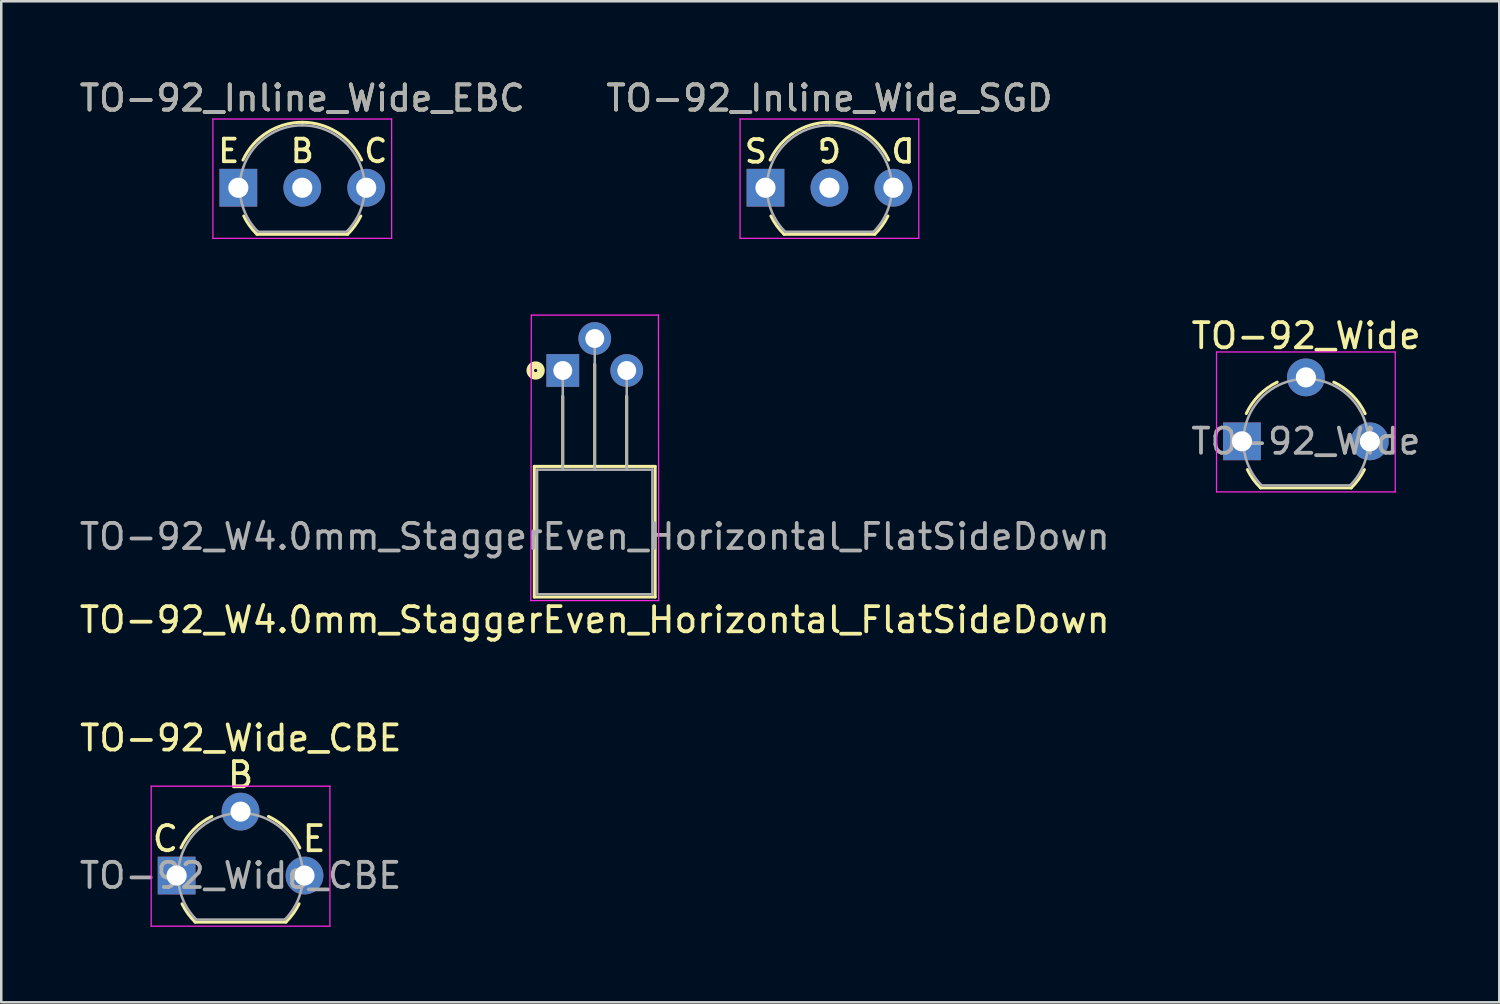
<source format=kicad_pcb>
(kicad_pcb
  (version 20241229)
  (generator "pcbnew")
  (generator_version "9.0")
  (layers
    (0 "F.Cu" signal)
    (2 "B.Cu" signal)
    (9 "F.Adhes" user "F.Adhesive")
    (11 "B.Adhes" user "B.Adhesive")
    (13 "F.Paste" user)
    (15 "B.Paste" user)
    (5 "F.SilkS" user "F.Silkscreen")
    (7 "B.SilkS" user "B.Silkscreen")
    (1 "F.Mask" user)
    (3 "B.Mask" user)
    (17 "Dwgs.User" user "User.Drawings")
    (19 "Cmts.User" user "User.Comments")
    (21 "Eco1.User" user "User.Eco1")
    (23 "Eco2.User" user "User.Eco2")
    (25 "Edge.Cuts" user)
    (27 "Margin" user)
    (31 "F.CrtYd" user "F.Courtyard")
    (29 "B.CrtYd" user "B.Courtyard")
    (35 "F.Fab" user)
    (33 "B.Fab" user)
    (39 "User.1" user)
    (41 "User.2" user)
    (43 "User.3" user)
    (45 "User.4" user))
  (footprint "TO-92_Inline_Wide_EBC"
    (layer "F.Cu")
    (at 6.418 4.408)
    (property "Reference" "TO-92_Inline_Wide_EBC" (at 2.54 -3.56 0) (layer "F.SilkS") (effects (font (size 1 1) (thickness 0.15))))
    (attr through_hole)
    (fp_line (start 0.74 1.85) (end 4.34 1.85) (stroke (width 0.12) (type solid)) (layer "F.SilkS"))
    (fp_arc (start 0.1836 -1.098807) (mid 1.143021 -2.192817) (end 2.54 -2.6) (stroke (width 0.12) (type solid)) (layer "F.SilkS"))
    (fp_arc (start 0.74 1.85) (mid 0.446097 1.509328) (end 0.215816 1.122795) (stroke (width 0.12) (type solid)) (layer "F.SilkS"))
    (fp_arc (start 2.54 -2.6) (mid 3.936979 -2.192818) (end 4.8964 -1.098807) (stroke (width 0.12) (type solid)) (layer "F.SilkS"))
    (fp_arc (start 4.864184 1.122795) (mid 4.633903 1.509328) (end 4.34 1.85) (stroke (width 0.12) (type solid)) (layer "F.SilkS"))
    (fp_line (start -1.01 -2.73) (end -1.01 2.01) (stroke (width 0.05) (type solid)) (layer "F.CrtYd"))
    (fp_line (start -1.01 -2.73) (end 6.09 -2.73) (stroke (width 0.05) (type solid)) (layer "F.CrtYd"))
    (fp_line (start 6.09 2.01) (end -1.01 2.01) (stroke (width 0.05) (type solid)) (layer "F.CrtYd"))
    (fp_line (start 6.09 2.01) (end 6.09 -2.73) (stroke (width 0.05) (type solid)) (layer "F.CrtYd"))
    (fp_line (start 0.8 1.75) (end 4.3 1.75) (stroke (width 0.1) (type solid)) (layer "F.Fab"))
    (fp_arc (start 0.786375 1.753625) (mid 0.248779 -0.949055) (end 2.54 -2.48) (stroke (width 0.1) (type solid)) (layer "F.Fab"))
    (fp_arc (start 2.54 -2.48) (mid 4.831221 -0.949055) (end 4.293625 1.753625) (stroke (width 0.1) (type solid)) (layer "F.Fab"))
    (fp_text user "E" (at -0.381 -1.46 0) (layer "F.SilkS") (effects (font (size 0.9 0.9) (thickness 0.15))))
    (fp_text user "B" (at 2.54 -1.46 0) (layer "F.SilkS") (effects (font (size 0.9 0.9) (thickness 0.15))))
    (fp_text user "C" (at 5.461 -1.46 0) (layer "F.SilkS") (effects (font (size 0.9 0.9) (thickness 0.15))))
    (fp_text user "${REFERENCE}" (at 2.54 -3.56 0) (layer "F.Fab") (effects (font (size 1 1) (thickness 0.15))))
    (pad "1" thru_hole rect (at 0 0 90) (size 1.5 1.5) (drill 0.8) (layers "*.Cu" "*.Mask"))
    (pad "2" thru_hole circle (at 2.54 0 90) (size 1.5 1.5) (drill 0.8) (layers "*.Cu" "*.Mask"))
    (pad "3" thru_hole circle (at 5.08 0 90) (size 1.5 1.5) (drill 0.8) (layers "*.Cu" "*.Mask")))
  (footprint "TO-92_Inline_Wide_SGD"
    (layer "F.Cu")
    (at 27.359 4.408)
    (property "Reference" "TO-92_Inline_Wide_SGD" (at 2.54 -3.56 0) (layer "F.SilkS") (effects (font (size 1 1) (thickness 0.15))))
    (fp_line (start 0.74 1.85) (end 4.34 1.85) (stroke (width 0.12) (type solid)) (layer "F.SilkS"))
    (fp_arc (start 0.1836 -1.098807) (mid 1.143021 -2.192817) (end 2.54 -2.6) (stroke (width 0.12) (type solid)) (layer "F.SilkS"))
    (fp_arc (start 0.74 1.85) (mid 0.446097 1.509328) (end 0.215816 1.122795) (stroke (width 0.12) (type solid)) (layer "F.SilkS"))
    (fp_arc (start 2.54 -2.6) (mid 3.936979 -2.192818) (end 4.8964 -1.098807) (stroke (width 0.12) (type solid)) (layer "F.SilkS"))
    (fp_arc (start 4.864184 1.122795) (mid 4.633903 1.509328) (end 4.34 1.85) (stroke (width 0.12) (type solid)) (layer "F.SilkS"))
    (fp_line (start -1.01 -2.73) (end -1.01 2.01) (stroke (width 0.05) (type solid)) (layer "F.CrtYd"))
    (fp_line (start -1.01 -2.73) (end 6.09 -2.73) (stroke (width 0.05) (type solid)) (layer "F.CrtYd"))
    (fp_line (start 6.09 2.01) (end -1.01 2.01) (stroke (width 0.05) (type solid)) (layer "F.CrtYd"))
    (fp_line (start 6.09 2.01) (end 6.09 -2.73) (stroke (width 0.05) (type solid)) (layer "F.CrtYd"))
    (fp_line (start 0.8 1.75) (end 4.3 1.75) (stroke (width 0.1) (type solid)) (layer "F.Fab"))
    (fp_arc (start 0.786375 1.753625) (mid 0.248779 -0.949055) (end 2.54 -2.48) (stroke (width 0.1) (type solid)) (layer "F.Fab"))
    (fp_arc (start 2.54 -2.48) (mid 4.831221 -0.949055) (end 4.293625 1.753625) (stroke (width 0.1) (type solid)) (layer "F.Fab"))
    (fp_text user "D" (at 5.461 -1.524 180) (unlocked yes) (layer "F.SilkS") (effects (font (size 0.9 0.9) (thickness 0.15))))
    (fp_text user "G" (at 2.54 -1.524 180) (unlocked yes) (layer "F.SilkS") (effects (font (size 0.9 0.9) (thickness 0.15))))
    (fp_text user "S" (at -0.381 -1.524 180) (unlocked yes) (layer "F.SilkS") (effects (font (size 0.9 0.9) (thickness 0.15))))
    (fp_text user "${REFERENCE}" (at 2.54 -3.56 0) (layer "F.Fab") (effects (font (size 1 1) (thickness 0.15))))
    (pad "1" thru_hole rect (at 0 0 90) (size 1.5 1.5) (drill 0.8) (layers "*.Cu" "*.Mask"))
    (pad "2" thru_hole circle (at 2.54 0 90) (size 1.5 1.5) (drill 0.8) (layers "*.Cu" "*.Mask"))
    (pad "3" thru_hole circle (at 5.08 0 90) (size 1.5 1.5) (drill 0.8) (layers "*.Cu" "*.Mask")))
  (footprint "TO-92_W4.0mm_StaggerEven_Horizontal_FlatSideDown"
    (layer "F.Cu")
    (at 19.307 11.668)
    (property "Reference" "TO-92_W4.0mm_StaggerEven_Horizontal_FlatSideDown" (at 1.27 9.906 0) (layer "F.SilkS") (effects (font (size 1 1) (thickness 0.15))))
    (attr through_hole)
    (fp_line (start -1.13 3.81) (end 3.67 3.81) (stroke (width 0.12) (type solid)) (layer "F.SilkS"))
    (fp_line (start -1.13 9) (end -1.13 3.81) (stroke (width 0.12) (type solid)) (layer "F.SilkS"))
    (fp_line (start 0 1.02) (end 0 3.81) (stroke (width 0.12) (type solid)) (layer "F.SilkS"))
    (fp_line (start 1.27 -0.25) (end 1.27 3.81) (stroke (width 0.12) (type solid)) (layer "F.SilkS"))
    (fp_line (start 2.54 1.02) (end 2.54 3.81) (stroke (width 0.12) (type solid)) (layer "F.SilkS"))
    (fp_line (start 3.67 3.81) (end 3.67 9) (stroke (width 0.12) (type solid)) (layer "F.SilkS"))
    (fp_line (start 3.67 9) (end -1.13 9) (stroke (width 0.12) (type solid)) (layer "F.SilkS"))
    (fp_circle (center -1.079 0) (end -1.016 0) (stroke (width 0.3) (type solid)) (fill no) (layer "F.SilkS"))
    (fp_line (start -1.25 -2.2) (end -1.27 9.14) (stroke (width 0.05) (type solid)) (layer "F.CrtYd"))
    (fp_line (start -1.25 -2.2) (end 3.8 -2.2) (stroke (width 0.05) (type solid)) (layer "F.CrtYd"))
    (fp_line (start 3.81 9.14) (end -1.27 9.14) (stroke (width 0.05) (type solid)) (layer "F.CrtYd"))
    (fp_line (start 3.81 9.14) (end 3.8 -2.2) (stroke (width 0.05) (type solid)) (layer "F.CrtYd"))
    (fp_line (start -1.02 3.94) (end 3.56 3.94) (stroke (width 0.1) (type solid)) (layer "F.Fab"))
    (fp_line (start -1.02 8.89) (end -1.02 3.94) (stroke (width 0.1) (type solid)) (layer "F.Fab"))
    (fp_line (start 0 3.94) (end 0 0) (stroke (width 0.1) (type solid)) (layer "F.Fab"))
    (fp_line (start 1.27 3.94) (end 1.27 -1.27) (stroke (width 0.1) (type solid)) (layer "F.Fab"))
    (fp_line (start 2.54 3.94) (end 2.54 0) (stroke (width 0.1) (type solid)) (layer "F.Fab"))
    (fp_line (start 3.56 3.94) (end 3.56 8.89) (stroke (width 0.1) (type solid)) (layer "F.Fab"))
    (fp_line (start 3.56 8.89) (end -1.02 8.89) (stroke (width 0.1) (type solid)) (layer "F.Fab"))
    (fp_text user "${REFERENCE}" (at 1.27 6.6 0) (layer "F.Fab") (effects (font (size 1 1) (thickness 0.15))))
    (pad "1" thru_hole rect (at 0 0 90) (size 1.3 1.3) (drill 0.75) (layers "*.Cu" "*.Mask"))
    (pad "2" thru_hole circle (at 1.27 -1.27 90) (size 1.3 1.3) (drill 0.75) (layers "*.Cu" "*.Mask"))
    (pad "3" thru_hole circle (at 2.54 0 90) (size 1.3 1.3) (drill 0.75) (layers "*.Cu" "*.Mask")))
  (footprint "TO-92_Wide"
    (layer "F.Cu")
    (at 46.287 14.482)
    (property "Reference" "TO-92_Wide" (at 2.55 -4.19 0) (layer "F.SilkS") (effects (font (size 1 1) (thickness 0.15))))
    (attr through_hole)
    (fp_line (start 0.74 1.85) (end 4.34 1.85) (stroke (width 0.12) (type solid)) (layer "F.SilkS"))
    (fp_arc (start 0.172801 -1.103842) (mid 0.678995 -1.832692) (end 1.4 -2.35) (stroke (width 0.12) (type solid)) (layer "F.SilkS"))
    (fp_arc (start 0.74 1.85) (mid 0.446097 1.509328) (end 0.215816 1.122795) (stroke (width 0.12) (type solid)) (layer "F.SilkS"))
    (fp_arc (start 3.65 -2.35) (mid 4.382279 -1.833196) (end 4.895458 -1.098371) (stroke (width 0.12) (type solid)) (layer "F.SilkS"))
    (fp_arc (start 4.864184 1.122795) (mid 4.633903 1.509328) (end 4.34 1.85) (stroke (width 0.12) (type solid)) (layer "F.SilkS"))
    (fp_line (start -1.01 -3.55) (end -1.01 2.01) (stroke (width 0.05) (type solid)) (layer "F.CrtYd"))
    (fp_line (start -1.01 -3.55) (end 6.09 -3.55) (stroke (width 0.05) (type solid)) (layer "F.CrtYd"))
    (fp_line (start 6.09 2.01) (end -1.01 2.01) (stroke (width 0.05) (type solid)) (layer "F.CrtYd"))
    (fp_line (start 6.09 2.01) (end 6.09 -3.55) (stroke (width 0.05) (type solid)) (layer "F.CrtYd"))
    (fp_line (start 0.8 1.75) (end 4.3 1.75) (stroke (width 0.1) (type solid)) (layer "F.Fab"))
    (fp_arc (start 0.786375 1.753625) (mid 0.248779 -0.949055) (end 2.54 -2.48) (stroke (width 0.1) (type solid)) (layer "F.Fab"))
    (fp_arc (start 2.54 -2.48) (mid 4.831221 -0.949055) (end 4.293625 1.753625) (stroke (width 0.1) (type solid)) (layer "F.Fab"))
    (fp_text user "${REFERENCE}" (at 2.54 0 0) (layer "F.Fab") (effects (font (size 1 1) (thickness 0.15))))
    (pad "1" thru_hole rect (at 0 0 90) (size 1.5 1.5) (drill 0.8) (layers "*.Cu" "*.Mask"))
    (pad "2" thru_hole circle (at 2.54 -2.54 90) (size 1.5 1.5) (drill 0.8) (layers "*.Cu" "*.Mask"))
    (pad "3" thru_hole circle (at 5.08 0 90) (size 1.5 1.5) (drill 0.8) (layers "*.Cu" "*.Mask")))
  (footprint "TO-92_Wide_CBE"
    (layer "F.Cu")
    (at 3.966 31.732)
    (property "Reference" "TO-92_Wide_CBE" (at 2.55 -5.461 0) (layer "F.SilkS") (effects (font (size 1 1) (thickness 0.15))))
    (attr through_hole)
    (fp_line (start 0.74 1.85) (end 4.34 1.85) (stroke (width 0.12) (type solid)) (layer "F.SilkS"))
    (fp_arc (start 0.172801 -1.103842) (mid 0.678995 -1.832692) (end 1.4 -2.35) (stroke (width 0.12) (type solid)) (layer "F.SilkS"))
    (fp_arc (start 0.74 1.85) (mid 0.446097 1.509328) (end 0.215816 1.122795) (stroke (width 0.12) (type solid)) (layer "F.SilkS"))
    (fp_arc (start 3.65 -2.35) (mid 4.382279 -1.833196) (end 4.895458 -1.098371) (stroke (width 0.12) (type solid)) (layer "F.SilkS"))
    (fp_arc (start 4.864184 1.122795) (mid 4.633903 1.509328) (end 4.34 1.85) (stroke (width 0.12) (type solid)) (layer "F.SilkS"))
    (fp_line (start -1.01 -3.55) (end -1.01 2.01) (stroke (width 0.05) (type solid)) (layer "F.CrtYd"))
    (fp_line (start -1.01 -3.55) (end 6.09 -3.55) (stroke (width 0.05) (type solid)) (layer "F.CrtYd"))
    (fp_line (start 6.09 2.01) (end -1.01 2.01) (stroke (width 0.05) (type solid)) (layer "F.CrtYd"))
    (fp_line (start 6.09 2.01) (end 6.09 -3.55) (stroke (width 0.05) (type solid)) (layer "F.CrtYd"))
    (fp_line (start 0.8 1.75) (end 4.3 1.75) (stroke (width 0.1) (type solid)) (layer "F.Fab"))
    (fp_arc (start 0.786375 1.753625) (mid 0.248779 -0.949055) (end 2.54 -2.48) (stroke (width 0.1) (type solid)) (layer "F.Fab"))
    (fp_arc (start 2.54 -2.48) (mid 4.831221 -0.949055) (end 4.293625 1.753625) (stroke (width 0.1) (type solid)) (layer "F.Fab"))
    (fp_text user "C" (at -0.445 -1.46 0) (layer "F.SilkS") (effects (font (size 1 1) (thickness 0.15))))
    (fp_text user "E" (at 5.461 -1.46 0) (layer "F.SilkS") (effects (font (size 1 1) (thickness 0.15))))
    (fp_text user "B" (at 2.54 -4 0) (layer "F.SilkS") (effects (font (size 1 1) (thickness 0.15))))
    (fp_text user "${REFERENCE}" (at 2.54 0 0) (layer "F.Fab") (effects (font (size 1 1) (thickness 0.15))))
    (pad "1" thru_hole rect (at 0 0 90) (size 1.5 1.5) (drill 0.8) (layers "*.Cu" "*.Mask"))
    (pad "2" thru_hole circle (at 2.54 -2.54 90) (size 1.5 1.5) (drill 0.8) (layers "*.Cu" "*.Mask"))
    (pad "3" thru_hole circle (at 5.08 0 90) (size 1.5 1.5) (drill 0.8) (layers "*.Cu" "*.Mask")))
  (gr_rect
    (start -3 -3)
    (end 56.51 36.767)
    (stroke (width 0.1) (type default))
    (fill no)
    (layer "Edge.Cuts")))
</source>
